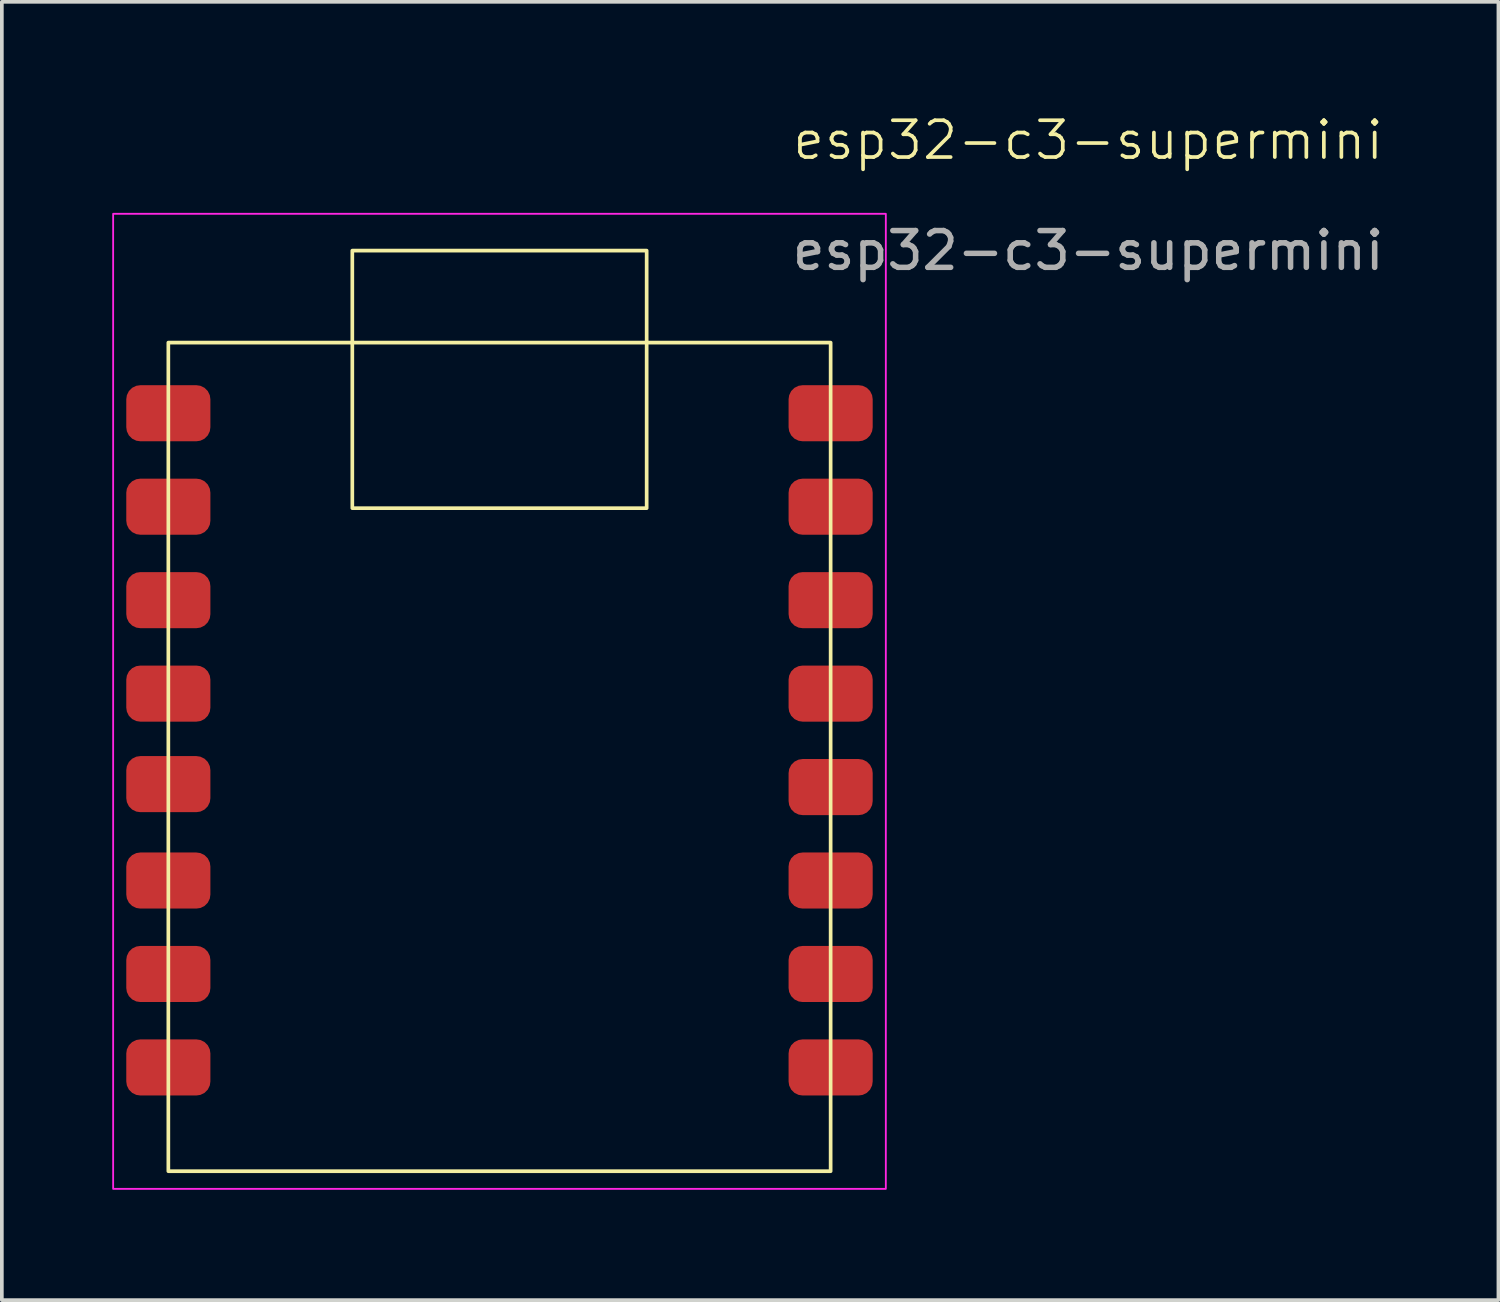
<source format=kicad_pcb>
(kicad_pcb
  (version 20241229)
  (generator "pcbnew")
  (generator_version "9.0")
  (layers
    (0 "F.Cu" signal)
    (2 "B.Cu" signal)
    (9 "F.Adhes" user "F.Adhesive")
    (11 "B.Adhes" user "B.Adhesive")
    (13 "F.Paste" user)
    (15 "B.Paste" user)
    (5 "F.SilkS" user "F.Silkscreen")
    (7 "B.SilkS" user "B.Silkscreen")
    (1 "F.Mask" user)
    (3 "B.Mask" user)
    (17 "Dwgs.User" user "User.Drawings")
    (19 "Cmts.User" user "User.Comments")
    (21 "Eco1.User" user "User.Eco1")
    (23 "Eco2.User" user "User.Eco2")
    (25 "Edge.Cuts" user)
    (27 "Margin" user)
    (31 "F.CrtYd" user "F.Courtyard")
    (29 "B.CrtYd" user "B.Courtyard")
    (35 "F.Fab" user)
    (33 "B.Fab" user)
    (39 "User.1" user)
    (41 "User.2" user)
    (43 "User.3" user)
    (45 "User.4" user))
  (footprint "esp32-c3-supermini"
    (layer "F.Cu")
    (at 10.525 13.261)
    (property "Reference" "esp32-c3-supermini" (at 16 -12.5 0) (unlocked yes) (layer "F.SilkS") (effects (font (size 1 1) (thickness 0.1))))
    (attr smd)
    (fp_rect (start -9 -7) (end 9 15.52) (stroke (width 0.1) (type default)) (fill no) (layer "F.SilkS"))
    (fp_rect (start -4 -9.5) (end 4 -2.5) (stroke (width 0.1) (type default)) (fill no) (layer "F.SilkS"))
    (fp_rect (start -10.5 -10.5) (end 10.5 16) (stroke (width 0.05) (type default)) (fill no) (layer "F.CrtYd"))
    (fp_text user "${REFERENCE}" (at 16 -9.5 0) (unlocked yes) (layer "F.Fab") (effects (font (size 1 1) (thickness 0.15))))
    (pad "1" smd roundrect (at -9 -5.08) (size 2.286 1.524) (layers "F.Cu" "F.Mask" "F.Paste") (roundrect_rratio 0.25))
    (pad "2" smd roundrect (at 9 -5.08) (size 2.286 1.524) (layers "F.Cu" "F.Mask" "F.Paste") (roundrect_rratio 0.25))
    (pad "3" smd roundrect (at -9 -2.54) (size 2.286 1.524) (layers "F.Cu" "F.Mask" "F.Paste") (roundrect_rratio 0.25))
    (pad "4" smd roundrect (at 9 -2.54) (size 2.286 1.524) (layers "F.Cu" "F.Mask" "F.Paste") (roundrect_rratio 0.25))
    (pad "5" smd roundrect (at -9 0) (size 2.286 1.524) (layers "F.Cu" "F.Mask" "F.Paste") (roundrect_rratio 0.25))
    (pad "6" smd roundrect (at 9 0) (size 2.286 1.524) (layers "F.Cu" "F.Mask" "F.Paste") (roundrect_rratio 0.25))
    (pad "7" smd roundrect (at -9 2.54) (size 2.286 1.524) (layers "F.Cu" "F.Mask" "F.Paste") (roundrect_rratio 0.25))
    (pad "8" smd roundrect (at 9 2.54) (size 2.286 1.524) (layers "F.Cu" "F.Mask" "F.Paste") (roundrect_rratio 0.25))
    (pad "9" smd roundrect (at -9 5) (size 2.286 1.524) (layers "F.Cu" "F.Mask" "F.Paste") (roundrect_rratio 0.25))
    (pad "10" smd roundrect (at 9 5.08) (size 2.286 1.524) (layers "F.Cu" "F.Mask" "F.Paste") (roundrect_rratio 0.25))
    (pad "11" smd roundrect (at -9 7.62) (size 2.286 1.524) (layers "F.Cu" "F.Mask" "F.Paste") (roundrect_rratio 0.25))
    (pad "12" smd roundrect (at 9 7.62) (size 2.286 1.524) (layers "F.Cu" "F.Mask" "F.Paste") (roundrect_rratio 0.25))
    (pad "13" smd roundrect (at -9 10.16) (size 2.286 1.524) (layers "F.Cu" "F.Mask" "F.Paste") (roundrect_rratio 0.25))
    (pad "14" smd roundrect (at 9 10.16) (size 2.286 1.524) (layers "F.Cu" "F.Mask" "F.Paste") (roundrect_rratio 0.25))
    (pad "15" smd roundrect (at -9 12.7) (size 2.286 1.524) (layers "F.Cu" "F.Mask" "F.Paste") (roundrect_rratio 0.25))
    (pad "16" smd roundrect (at 9 12.7) (size 2.286 1.524) (layers "F.Cu" "F.Mask" "F.Paste") (roundrect_rratio 0.25)))
  (gr_rect
    (start -3 -3)
    (end 37.674 32.285)
    (stroke (width 0.1) (type default))
    (fill no)
    (layer "Edge.Cuts")))
</source>
